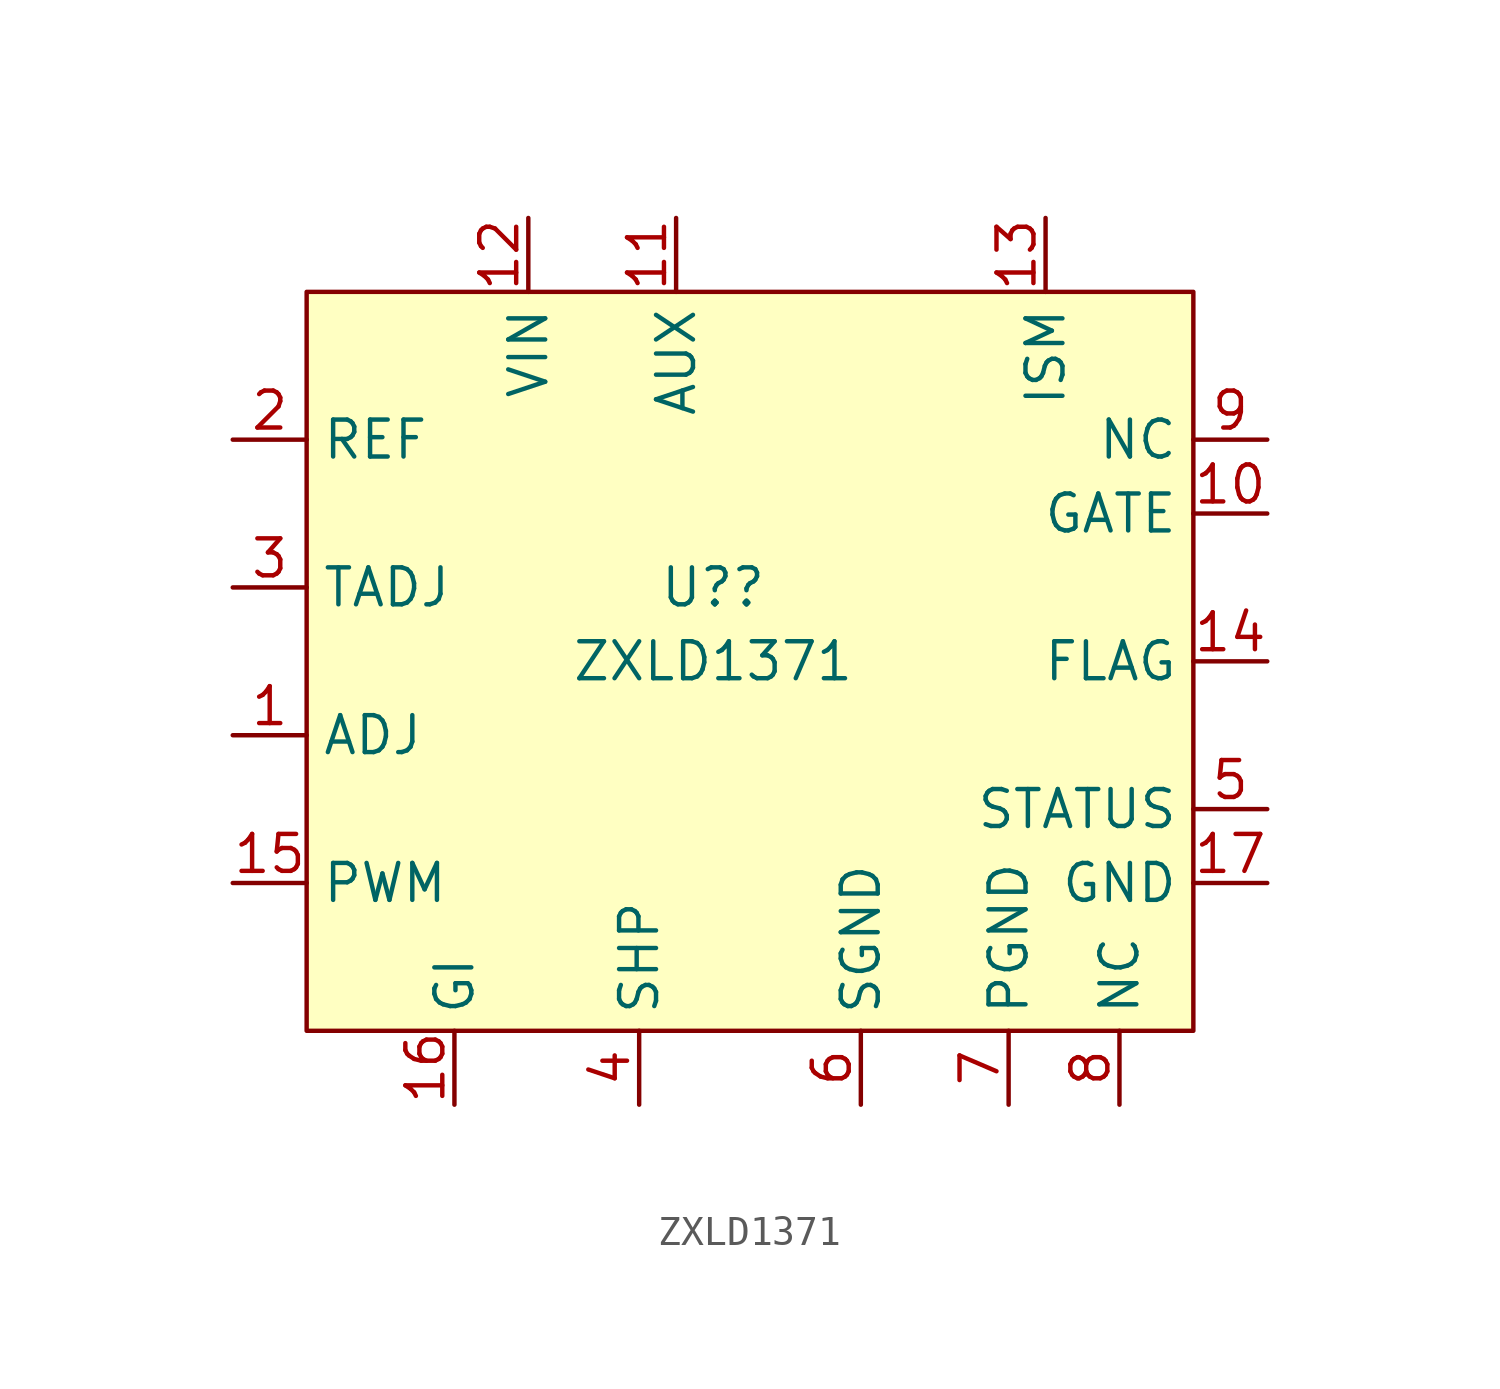
<source format=kicad_sym>
(kicad_symbol_lib
  (version 20220914)
  (generator kicad_symbol_editor)
  (symbol "ZXLD1371"
    (property "Reference" "U?"
      (at -1.27 2.54 0)
      (effects (font (size 1.27 1.27))))
    (property "Value" "ZXLD1371"
      (at -1.27 0 0)
      (effects (font (size 1.27 1.27))))
    (symbol "ZXLD1371_0_1"
      (rectangle (start -15.24 12.7) (end 15.24 -12.7) (stroke (width 0) (type default)) (fill (type background))))
    (symbol "ZXLD1371_1_1"
      (pin input line (at -17.78 -2.54 0) (length 2.54) (name "ADJ" (effects (font (size 1.27 1.27)))) (number "1" (effects (font (size 1.27 1.27)))))
      (pin input line (at 17.78 5.08 180) (length 2.54) (name "GATE" (effects (font (size 1.27 1.27)))) (number "10" (effects (font (size 1.27 1.27)))))
      (pin input line (at -2.54 15.24 270) (length 2.54) (name "AUX" (effects (font (size 1.27 1.27)))) (number "11" (effects (font (size 1.27 1.27)))))
      (pin input line (at -7.62 15.24 270) (length 2.54) (name "VIN" (effects (font (size 1.27 1.27)))) (number "12" (effects (font (size 1.27 1.27)))))
      (pin input line (at 10.16 15.24 270) (length 2.54) (name "ISM" (effects (font (size 1.27 1.27)))) (number "13" (effects (font (size 1.27 1.27)))))
      (pin input line (at 17.78 0 180) (length 2.54) (name "FLAG" (effects (font (size 1.27 1.27)))) (number "14" (effects (font (size 1.27 1.27)))))
      (pin input line (at -17.78 -7.62 0) (length 2.54) (name "PWM" (effects (font (size 1.27 1.27)))) (number "15" (effects (font (size 1.27 1.27)))))
      (pin input line (at -10.16 -15.24 90) (length 2.54) (name "GI" (effects (font (size 1.27 1.27)))) (number "16" (effects (font (size 1.27 1.27)))))
      (pin input line (at 17.78 -7.62 180) (length 2.54) (name "GND" (effects (font (size 1.27 1.27)))) (number "17" (effects (font (size 1.27 1.27)))))
      (pin input line (at -17.78 7.62 0) (length 2.54) (name "REF" (effects (font (size 1.27 1.27)))) (number "2" (effects (font (size 1.27 1.27)))))
      (pin input line (at -17.78 2.54 0) (length 2.54) (name "TADJ" (effects (font (size 1.27 1.27)))) (number "3" (effects (font (size 1.27 1.27)))))
      (pin input line (at -3.81 -15.24 90) (length 2.54) (name "SHP" (effects (font (size 1.27 1.27)))) (number "4" (effects (font (size 1.27 1.27)))))
      (pin input line (at 17.78 -5.08 180) (length 2.54) (name "STATUS" (effects (font (size 1.27 1.27)))) (number "5" (effects (font (size 1.27 1.27)))))
      (pin input line (at 3.81 -15.24 90) (length 2.54) (name "SGND" (effects (font (size 1.27 1.27)))) (number "6" (effects (font (size 1.27 1.27)))))
      (pin input line (at 8.89 -15.24 90) (length 2.54) (name "PGND" (effects (font (size 1.27 1.27)))) (number "7" (effects (font (size 1.27 1.27)))))
      (pin input line (at 12.7 -15.24 90) (length 2.54) (name "NC" (effects (font (size 1.27 1.27)))) (number "8" (effects (font (size 1.27 1.27)))))
      (pin input line (at 17.78 7.62 180) (length 2.54) (name "NC" (effects (font (size 1.27 1.27)))) (number "9" (effects (font (size 1.27 1.27))))))))
</source>
